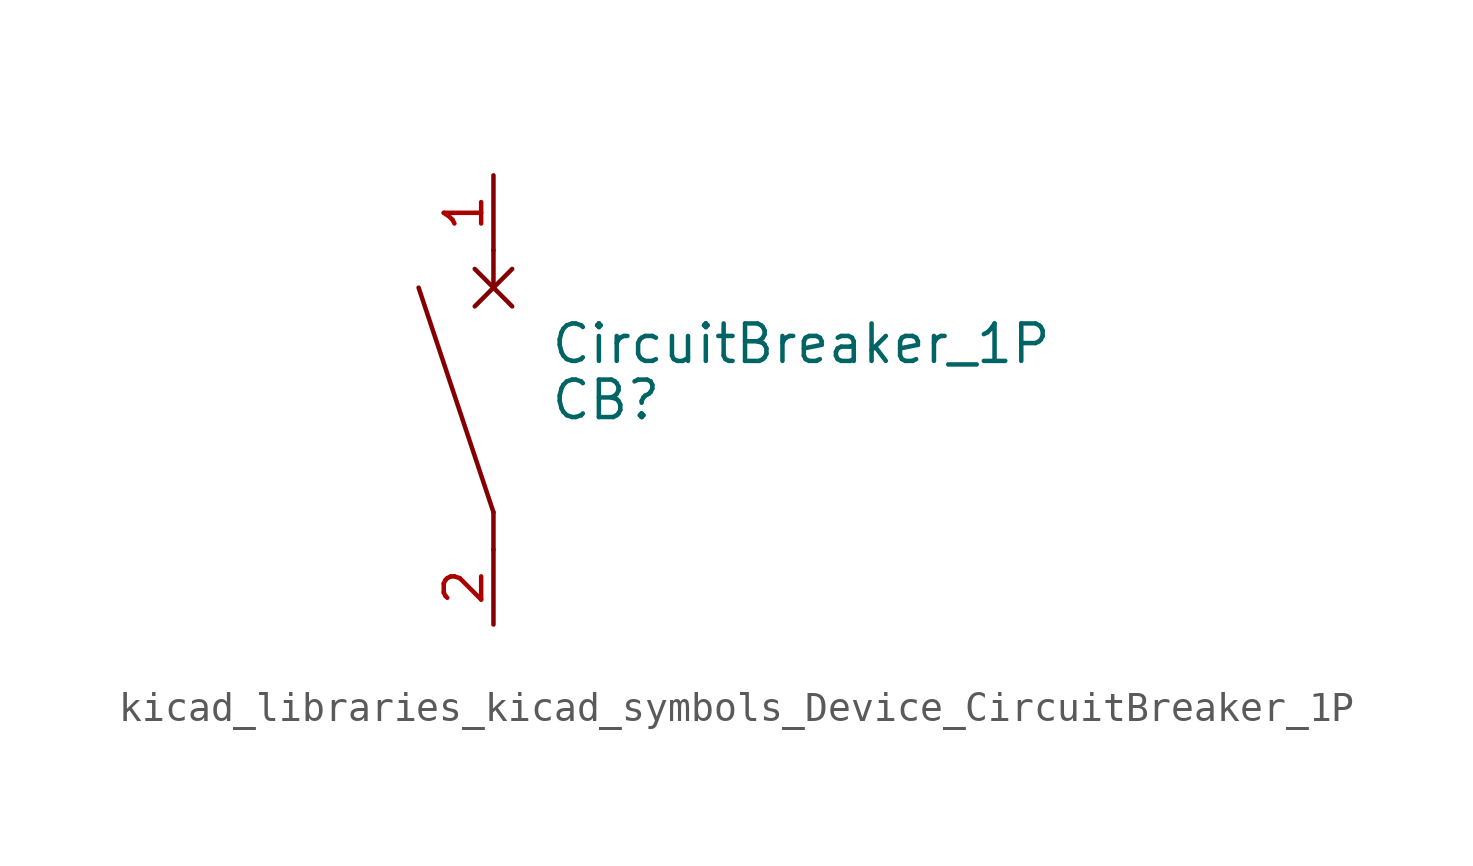
<source format=kicad_sym>
(kicad_symbol_lib
  (version 20220914)
  (generator kicad_symbol_editor)
  (symbol "kicad_libraries_kicad_symbols_Device_CircuitBreaker_1P"
    (property "Reference" "CB"
      (at 1.905 0 0)
      (effects (font (size 1.27 1.27)) (justify left)))
    (property "Value" "CircuitBreaker_1P"
      (at 1.905 1.905 0)
      (effects (font (size 1.27 1.27)) (justify left)))
    (symbol "kicad_libraries_kicad_symbols_Device_CircuitBreaker_1P_0_1"
      (polyline (pts (xy 0 -5.08) (xy 0 -3.81)) (stroke (width 0) (type default)) (fill (type none)))
      (polyline (pts (xy 0 -3.81) (xy -2.54 3.81)) (stroke (width 0) (type default)) (fill (type none))))
    (symbol "kicad_libraries_kicad_symbols_Device_CircuitBreaker_1P_1_1"
      (polyline (pts (xy -0.635 4.445) (xy 0.635 3.175)) (stroke (width 0) (type default)) (fill (type none)))
      (polyline (pts (xy 0 5.08) (xy 0 3.81)) (stroke (width 0) (type default)) (fill (type none)))
      (polyline (pts (xy 0.635 4.445) (xy -0.635 3.175)) (stroke (width 0) (type default)) (fill (type none)))
      (pin passive line (at 0 7.62 270) (length 2.54) (name "~" (effects (font (size 1.27 1.27)))) (number "1" (effects (font (size 1.27 1.27)))))
      (pin passive line (at 0 -7.62 90) (length 2.54) (name "~" (effects (font (size 1.27 1.27)))) (number "2" (effects (font (size 1.27 1.27))))))))
</source>
